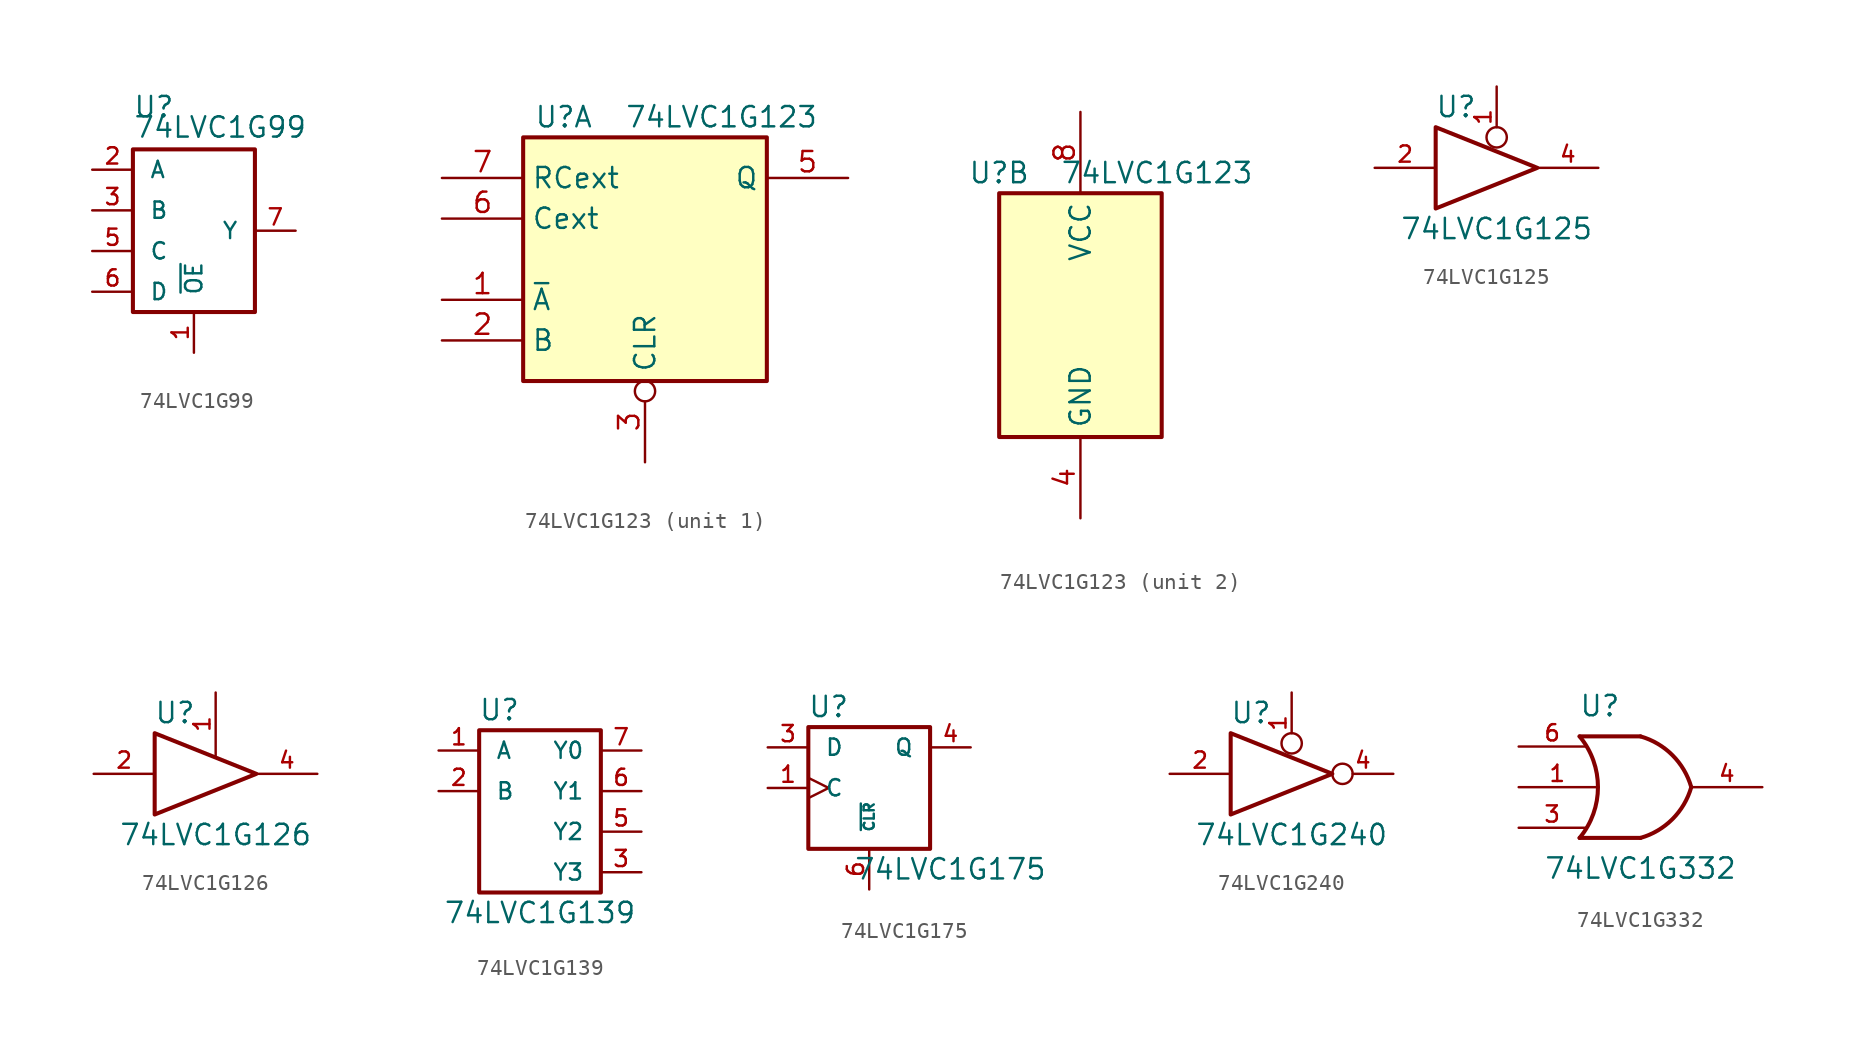
<source format=kicad_sym>
(kicad_symbol_lib
  (version 20201005)
  (generator kicad_symbol_editor)
  (symbol "74xGxx:74LVC1G99"
    (pin_names
      (offset 1.016))
    (property "Reference" "U"
      (at -3.81 6.985 0)
      (effects (font (size 1.27 1.27)) (justify left bottom)))
    (property "Value" "74LVC1G99"
      (at -3.81 5.715 0)
      (effects (font (size 1.27 1.27)) (justify left bottom)))
    (symbol "74LVC1G99_0_1"
      (rectangle (start -3.81 5.08) (end 3.81 -5.08) (stroke (width 0.254)) (fill (type none))))
    (symbol "74LVC1G99_1_1"
      (pin output line (at 0 -7.62 90) (length 2.54) (name "~OE" (effects (font (size 1.016 1.016)))) (number "1" (effects (font (size 1.016 1.016)))))
      (pin input line (at -6.35 3.81 0) (length 2.54) (name "A" (effects (font (size 1.016 1.016)))) (number "2" (effects (font (size 1.016 1.016)))))
      (pin input line (at -6.35 1.27 0) (length 2.54) (name "B" (effects (font (size 1.016 1.016)))) (number "3" (effects (font (size 1.016 1.016)))))
      (pin power_in line (at 2.54 -5.08 270) (length 0) hide (name "GND" (effects (font (size 1.016 1.016)))) (number "4" (effects (font (size 1.016 1.016)))))
      (pin input line (at -6.35 -1.27 0) (length 2.54) (name "C" (effects (font (size 1.016 1.016)))) (number "5" (effects (font (size 1.016 1.016)))))
      (pin output line (at -6.35 -3.81 0) (length 2.54) (name "D" (effects (font (size 1.016 1.016)))) (number "6" (effects (font (size 1.016 1.016)))))
      (pin output line (at 6.35 0 180) (length 2.54) (name "Y" (effects (font (size 1.016 1.016)))) (number "7" (effects (font (size 1.016 1.016)))))
      (pin power_in line (at 2.54 5.08 90) (length 0) hide (name "VCC" (effects (font (size 1.016 1.016)))) (number "8" (effects (font (size 1.016 1.016)))))))
  (symbol "74xGxx:74LVC1G123"
    (property "Reference" "U"
      (at -5.08 8.89 0)
      (effects (font (size 1.27 1.27))))
    (property "Value" "74LVC1G123"
      (at -1.27 8.89 0)
      (effects (font (size 1.27 1.27)) (justify left)))
    (symbol "74LVC1G123_1_1"
      (rectangle (start -7.62 7.62) (end 7.62 -7.62) (stroke (width 0.254)) (fill (type background)))
      (pin input line (at -12.7 -2.54 0) (length 5.08) (name "~A" (effects (font (size 1.27 1.27)))) (number "1" (effects (font (size 1.27 1.27)))))
      (pin input line (at -12.7 -5.08 0) (length 5.08) (name "B" (effects (font (size 1.27 1.27)))) (number "2" (effects (font (size 1.27 1.27)))))
      (pin input inverted (at 0 -12.7 90) (length 5.08) (name "CLR" (effects (font (size 1.27 1.27)))) (number "3" (effects (font (size 1.27 1.27)))))
      (pin output line (at 12.7 5.08 180) (length 5.08) (name "Q" (effects (font (size 1.27 1.27)))) (number "5" (effects (font (size 1.27 1.27)))))
      (pin input line (at -12.7 2.54 0) (length 5.08) (name "Cext" (effects (font (size 1.27 1.27)))) (number "6" (effects (font (size 1.27 1.27)))))
      (pin input line (at -12.7 5.08 0) (length 5.08) (name "RCext" (effects (font (size 1.27 1.27)))) (number "7" (effects (font (size 1.27 1.27))))))
    (symbol "74LVC1G123_2_1"
      (rectangle (start -5.08 7.62) (end 5.08 -7.62) (stroke (width 0.254)) (fill (type background)))
      (pin power_in line (at 0 -12.7 90) (length 5.08) (name "GND" (effects (font (size 1.27 1.27)))) (number "4" (effects (font (size 1.27 1.27)))))
      (pin power_in line (at 0 12.7 270) (length 5.08) (name "VCC" (effects (font (size 1.27 1.27)))) (number "8" (effects (font (size 1.27 1.27)))))))
  (symbol "74xGxx:74LVC1G125"
    (pin_names
      (offset 1.016))
    (property "Reference" "U"
      (at -2.54 3.81 0)
      (effects (font (size 1.27 1.27))))
    (property "Value" "74LVC1G125"
      (at 0 -3.81 0)
      (effects (font (size 1.27 1.27))))
    (symbol "74LVC1G125_0_1"
      (polyline (pts (xy -3.81 2.54) (xy -3.81 -2.54) (xy 2.54 0) (xy -3.81 2.54)) (stroke (width 0.254)) (fill (type none))))
    (symbol "74LVC1G125_1_1"
      (pin input inverted (at 0 5.08 270) (length 3.81) (name "~" (effects (font (size 1.016 1.016)))) (number "1" (effects (font (size 1.016 1.016)))))
      (pin input line (at -7.62 0 0) (length 3.81) (name "~" (effects (font (size 1.016 1.016)))) (number "2" (effects (font (size 1.016 1.016)))))
      (pin power_in line (at 1.27 -1.27 270) (length 0) hide (name "GND" (effects (font (size 1.016 1.016)))) (number "3" (effects (font (size 1.016 1.016)))))
      (pin tri_state line (at 6.35 0 180) (length 3.81) (name "~" (effects (font (size 1.016 1.016)))) (number "4" (effects (font (size 1.016 1.016)))))
      (pin power_in line (at 1.27 1.27 90) (length 0) hide (name "VCC" (effects (font (size 1.016 1.016)))) (number "5" (effects (font (size 1.016 1.016)))))))
  (symbol "74xGxx:74LVC1G126"
    (pin_names
      (offset 1.016))
    (property "Reference" "U"
      (at -2.54 3.81 0)
      (effects (font (size 1.27 1.27))))
    (property "Value" "74LVC1G126"
      (at 0 -3.81 0)
      (effects (font (size 1.27 1.27))))
    (symbol "74LVC1G126_0_1"
      (polyline (pts (xy -3.81 2.54) (xy -3.81 -2.54) (xy 2.54 0) (xy -3.81 2.54)) (stroke (width 0.254)) (fill (type none))))
    (symbol "74LVC1G126_1_1"
      (pin input line (at 0 5.08 270) (length 3.937) (name "~" (effects (font (size 1.016 1.016)))) (number "1" (effects (font (size 1.016 1.016)))))
      (pin input line (at -7.62 0 0) (length 3.81) (name "~" (effects (font (size 1.016 1.016)))) (number "2" (effects (font (size 1.016 1.016)))))
      (pin power_in line (at 1.27 -1.27 270) (length 0) hide (name "GND" (effects (font (size 1.016 1.016)))) (number "3" (effects (font (size 1.016 1.016)))))
      (pin tri_state line (at 6.35 0 180) (length 3.81) (name "~" (effects (font (size 1.016 1.016)))) (number "4" (effects (font (size 1.016 1.016)))))
      (pin power_in line (at 1.27 1.27 90) (length 0) hide (name "VCC" (effects (font (size 1.016 1.016)))) (number "5" (effects (font (size 1.016 1.016)))))))
  (symbol "74xGxx:74LVC1G139"
    (pin_names
      (offset 1.016))
    (property "Reference" "U"
      (at -2.54 6.35 0)
      (effects (font (size 1.27 1.27))))
    (property "Value" "74LVC1G139"
      (at 0 -6.35 0)
      (effects (font (size 1.27 1.27))))
    (symbol "74LVC1G139_0_1"
      (rectangle (start -3.81 5.08) (end 3.81 -5.08) (stroke (width 0.254)) (fill (type none))))
    (symbol "74LVC1G139_1_1"
      (pin input line (at -6.35 3.81 0) (length 2.54) (name "A" (effects (font (size 1.016 1.016)))) (number "1" (effects (font (size 1.016 1.016)))))
      (pin input line (at -6.35 1.27 0) (length 2.54) (name "B" (effects (font (size 1.016 1.016)))) (number "2" (effects (font (size 1.016 1.016)))))
      (pin output line (at 6.35 -3.81 180) (length 2.54) (name "Y3" (effects (font (size 1.016 1.016)))) (number "3" (effects (font (size 1.016 1.016)))))
      (pin power_in line (at 0 -5.08 270) (length 0) hide (name "GND" (effects (font (size 1.016 1.016)))) (number "4" (effects (font (size 1.016 1.016)))))
      (pin output line (at 6.35 -1.27 180) (length 2.54) (name "Y2" (effects (font (size 1.016 1.016)))) (number "5" (effects (font (size 1.016 1.016)))))
      (pin output line (at 6.35 1.27 180) (length 2.54) (name "Y1" (effects (font (size 1.016 1.016)))) (number "6" (effects (font (size 1.016 1.016)))))
      (pin output line (at 6.35 3.81 180) (length 2.54) (name "Y0" (effects (font (size 1.016 1.016)))) (number "7" (effects (font (size 1.016 1.016)))))
      (pin power_in line (at 0 5.08 90) (length 0) hide (name "VCC" (effects (font (size 1.016 1.016)))) (number "8" (effects (font (size 1.016 1.016)))))))
  (symbol "74xGxx:74LVC1G175"
    (pin_names
      (offset 1.016))
    (property "Reference" "U"
      (at -2.54 5.08 0)
      (effects (font (size 1.27 1.27))))
    (property "Value" "74LVC1G175"
      (at 5.08 -5.08 0)
      (effects (font (size 1.27 1.27))))
    (symbol "74LVC1G175_0_1"
      (rectangle (start -3.81 3.81) (end 3.81 -3.81) (stroke (width 0.254)) (fill (type none))))
    (symbol "74LVC1G175_1_1"
      (pin input clock (at -6.35 0 0) (length 2.54) (name "C" (effects (font (size 1.016 1.016)))) (number "1" (effects (font (size 1.016 1.016)))))
      (pin power_in line (at -3.81 -3.81 270) (length 0) hide (name "GND" (effects (font (size 1.016 1.016)))) (number "2" (effects (font (size 1.016 1.016)))))
      (pin input line (at -6.35 2.54 0) (length 2.54) (name "D" (effects (font (size 1.016 1.016)))) (number "3" (effects (font (size 1.016 1.016)))))
      (pin output line (at 6.35 2.54 180) (length 2.54) (name "Q" (effects (font (size 1.016 1.016)))) (number "4" (effects (font (size 1.016 1.016)))))
      (pin power_in line (at 0 3.81 90) (length 0) hide (name "VCC" (effects (font (size 1.016 1.016)))) (number "5" (effects (font (size 1.016 1.016)))))
      (pin input line (at 0 -6.35 90) (length 2.54) (name "~CLR" (effects (font (size 0.635 0.635)))) (number "6" (effects (font (size 1.016 1.016)))))))
  (symbol "74xGxx:74LVC1G240"
    (pin_names
      (offset 1.016))
    (property "Reference" "U"
      (at -2.54 3.81 0)
      (effects (font (size 1.27 1.27))))
    (property "Value" "74LVC1G240"
      (at 0 -3.81 0)
      (effects (font (size 1.27 1.27))))
    (symbol "74LVC1G240_0_1"
      (polyline (pts (xy -3.81 2.54) (xy -3.81 -2.54) (xy 2.54 0) (xy -3.81 2.54)) (stroke (width 0.254)) (fill (type none))))
    (symbol "74LVC1G240_1_1"
      (pin input inverted (at 0 5.08 270) (length 3.81) (name "~" (effects (font (size 1.016 1.016)))) (number "1" (effects (font (size 1.016 1.016)))))
      (pin input line (at -7.62 0 0) (length 3.81) (name "~" (effects (font (size 1.016 1.016)))) (number "2" (effects (font (size 1.016 1.016)))))
      (pin power_in line (at 1.27 -1.27 270) (length 0) hide (name "GND" (effects (font (size 1.016 1.016)))) (number "3" (effects (font (size 1.016 1.016)))))
      (pin tri_state inverted (at 6.35 0 180) (length 3.81) (name "~" (effects (font (size 1.016 1.016)))) (number "4" (effects (font (size 1.016 1.016)))))
      (pin power_in line (at 1.27 1.27 90) (length 0) hide (name "VCC" (effects (font (size 1.016 1.016)))) (number "5" (effects (font (size 1.016 1.016)))))))
  (symbol "74xGxx:74LVC1G332"
    (pin_names
      (offset 1.016))
    (property "Reference" "U"
      (at -2.54 5.08 0)
      (effects (font (size 1.27 1.27))))
    (property "Value" "74LVC1G332"
      (at 0 -5.08 0)
      (effects (font (size 1.27 1.27))))
    (symbol "74LVC1G332_0_1"
      (arc (start -3.81 3.175) (end -3.81 -3.175) (radius (at -7.62 0) (length 4.953) (angles 39.8 -39.8)) (stroke (width 0.254)) (fill (type none)))
      (arc (start 0 3.175) (end 3.175 0) (radius (at -1.27 -1.27) (length 4.6228) (angles 74 15.9)) (stroke (width 0.254)) (fill (type none)))
      (arc (start 0 -3.175) (end 3.175 0) (radius (at -1.27 1.27) (length 4.6228) (angles -74 -15.9)) (stroke (width 0.254)) (fill (type none)))
      (polyline (pts (xy 0 -3.175) (xy -3.81 -3.175)) (stroke (width 0.254)) (fill (type none)))
      (polyline (pts (xy 0 3.175) (xy -3.81 3.175)) (stroke (width 0.254)) (fill (type none))))
    (symbol "74LVC1G332_1_1"
      (pin input line (at -7.62 0 0) (length 4.826) (name "~" (effects (font (size 1.016 1.016)))) (number "1" (effects (font (size 1.016 1.016)))))
      (pin power_in line (at 0 -3.175 270) (length 0) hide (name "GND" (effects (font (size 1.016 1.016)))) (number "2" (effects (font (size 1.016 1.016)))))
      (pin input line (at -7.62 -2.54 0) (length 4.191) (name "~" (effects (font (size 1.016 1.016)))) (number "3" (effects (font (size 1.016 1.016)))))
      (pin output line (at 7.62 0 180) (length 4.445) (name "~" (effects (font (size 1.016 1.016)))) (number "4" (effects (font (size 1.016 1.016)))))
      (pin power_in line (at 0 3.175 90) (length 0) hide (name "VCC" (effects (font (size 1.016 1.016)))) (number "5" (effects (font (size 1.016 1.016)))))
      (pin input line (at -7.62 2.54 0) (length 4.191) (name "~" (effects (font (size 1.016 1.016)))) (number "6" (effects (font (size 1.016 1.016))))))))
</source>
